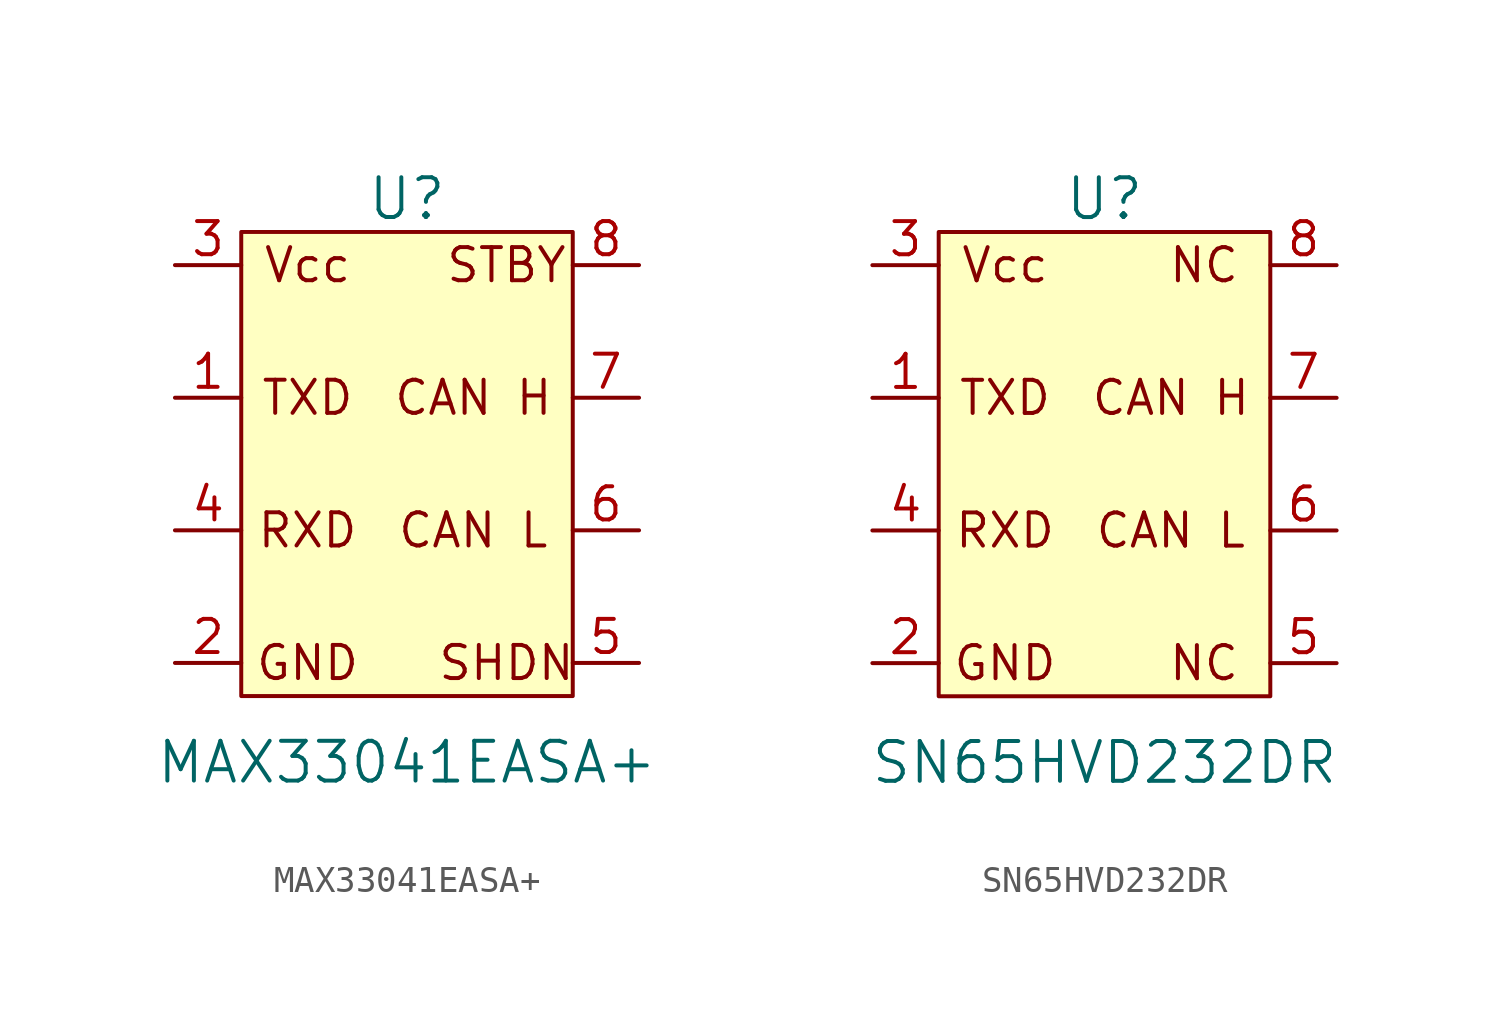
<source format=kicad_sym>
(kicad_symbol_lib
  (version 20211014)
  (generator kicad_symbol_editor)
  (symbol "MAX33041EASA+"
    (pin_names
      (offset 0) hide)
    (property "Reference" "U"
      (at -1.27 17.78 0)
      (effects (font (size 1.524 1.524))))
    (property "Value" "MAX33041EASA+"
      (at -1.27 -3.81 0)
      (effects (font (size 1.524 1.524))))
    (symbol "MAX33041EASA+_0_0"
      (text "CAN H" (at 1.27 10.16 0) (effects (font (size 1.27 1.27))))
      (text "CAN L" (at 1.27 5.08 0) (effects (font (size 1.27 1.27))))
      (text "GND" (at -5.08 0 0) (effects (font (size 1.27 1.27))))
      (text "RXD" (at -5.08 5.08 0) (effects (font (size 1.27 1.27))))
      (text "SHDN" (at 2.54 0 0) (effects (font (size 1.27 1.27))))
      (text "STBY" (at 2.54 15.24 0) (effects (font (size 1.27 1.27))))
      (text "TXD" (at -5.08 10.16 0) (effects (font (size 1.27 1.27))))
      (text "Vcc" (at -5.08 15.24 0) (effects (font (size 1.27 1.27)))))
    (symbol "MAX33041EASA+_0_1"
      (rectangle (start -7.62 16.51) (end 5.08 -1.27) (stroke (width 0) (type default) (color 0 0 0 0)) (fill (type background))))
    (symbol "MAX33041EASA+_1_1"
      (pin input line (at -10.16 10.16 0) (length 2.54) (name "TXD" (effects (font (size 0.762 0.762)))) (number "1" (effects (font (size 1.27 1.27)))))
      (pin input line (at -10.16 0 0) (length 2.54) (name "GND" (effects (font (size 0.762 0.762)))) (number "2" (effects (font (size 1.27 1.27)))))
      (pin input line (at -10.16 15.24 0) (length 2.54) (name "Vcc" (effects (font (size 0.762 0.762)))) (number "3" (effects (font (size 1.27 1.27)))))
      (pin output line (at -10.16 5.08 0) (length 2.54) (name "RXD" (effects (font (size 0.762 0.762)))) (number "4" (effects (font (size 1.27 1.27)))))
      (pin input line (at 7.62 0 180) (length 2.54) (name "NC" (effects (font (size 0.762 0.762)))) (number "5" (effects (font (size 1.27 1.27)))))
      (pin input line (at 7.62 5.08 180) (length 2.54) (name "CAN_L" (effects (font (size 0.762 0.762)))) (number "6" (effects (font (size 1.27 1.27)))))
      (pin input line (at 7.62 10.16 180) (length 2.54) (name "CAN_H" (effects (font (size 0.762 0.762)))) (number "7" (effects (font (size 1.27 1.27)))))
      (pin input line (at 7.62 15.24 180) (length 2.54) (name "NC" (effects (font (size 0.762 0.762)))) (number "8" (effects (font (size 1.27 1.27)))))))
  (symbol "SN65HVD232DR"
    (pin_names
      (offset 0) hide)
    (property "Reference" "U"
      (at -1.27 17.78 0)
      (effects (font (size 1.524 1.524))))
    (property "Value" "SN65HVD232DR"
      (at -1.27 -3.81 0)
      (effects (font (size 1.524 1.524))))
    (symbol "SN65HVD232DR_0_0"
      (text "CAN H" (at 1.27 10.16 0) (effects (font (size 1.27 1.27))))
      (text "CAN L" (at 1.27 5.08 0) (effects (font (size 1.27 1.27))))
      (text "GND" (at -5.08 0 0) (effects (font (size 1.27 1.27))))
      (text "NC" (at 2.54 0 0) (effects (font (size 1.27 1.27))))
      (text "NC" (at 2.54 15.24 0) (effects (font (size 1.27 1.27))))
      (text "RXD" (at -5.08 5.08 0) (effects (font (size 1.27 1.27))))
      (text "TXD" (at -5.08 10.16 0) (effects (font (size 1.27 1.27))))
      (text "Vcc" (at -5.08 15.24 0) (effects (font (size 1.27 1.27)))))
    (symbol "SN65HVD232DR_0_1"
      (rectangle (start -7.62 16.51) (end 5.08 -1.27) (stroke (width 0) (type default) (color 0 0 0 0)) (fill (type background))))
    (symbol "SN65HVD232DR_1_1"
      (pin input line (at -10.16 10.16 0) (length 2.54) (name "TXD" (effects (font (size 0.762 0.762)))) (number "1" (effects (font (size 1.27 1.27)))))
      (pin input line (at -10.16 0 0) (length 2.54) (name "GND" (effects (font (size 0.762 0.762)))) (number "2" (effects (font (size 1.27 1.27)))))
      (pin input line (at -10.16 15.24 0) (length 2.54) (name "Vcc" (effects (font (size 0.762 0.762)))) (number "3" (effects (font (size 1.27 1.27)))))
      (pin output line (at -10.16 5.08 0) (length 2.54) (name "RXD" (effects (font (size 0.762 0.762)))) (number "4" (effects (font (size 1.27 1.27)))))
      (pin input line (at 7.62 0 180) (length 2.54) (name "NC" (effects (font (size 0.762 0.762)))) (number "5" (effects (font (size 1.27 1.27)))))
      (pin input line (at 7.62 5.08 180) (length 2.54) (name "CAN_L" (effects (font (size 0.762 0.762)))) (number "6" (effects (font (size 1.27 1.27)))))
      (pin input line (at 7.62 10.16 180) (length 2.54) (name "CAN_H" (effects (font (size 0.762 0.762)))) (number "7" (effects (font (size 1.27 1.27)))))
      (pin input line (at 7.62 15.24 180) (length 2.54) (name "NC" (effects (font (size 0.762 0.762)))) (number "8" (effects (font (size 1.27 1.27))))))))
</source>
